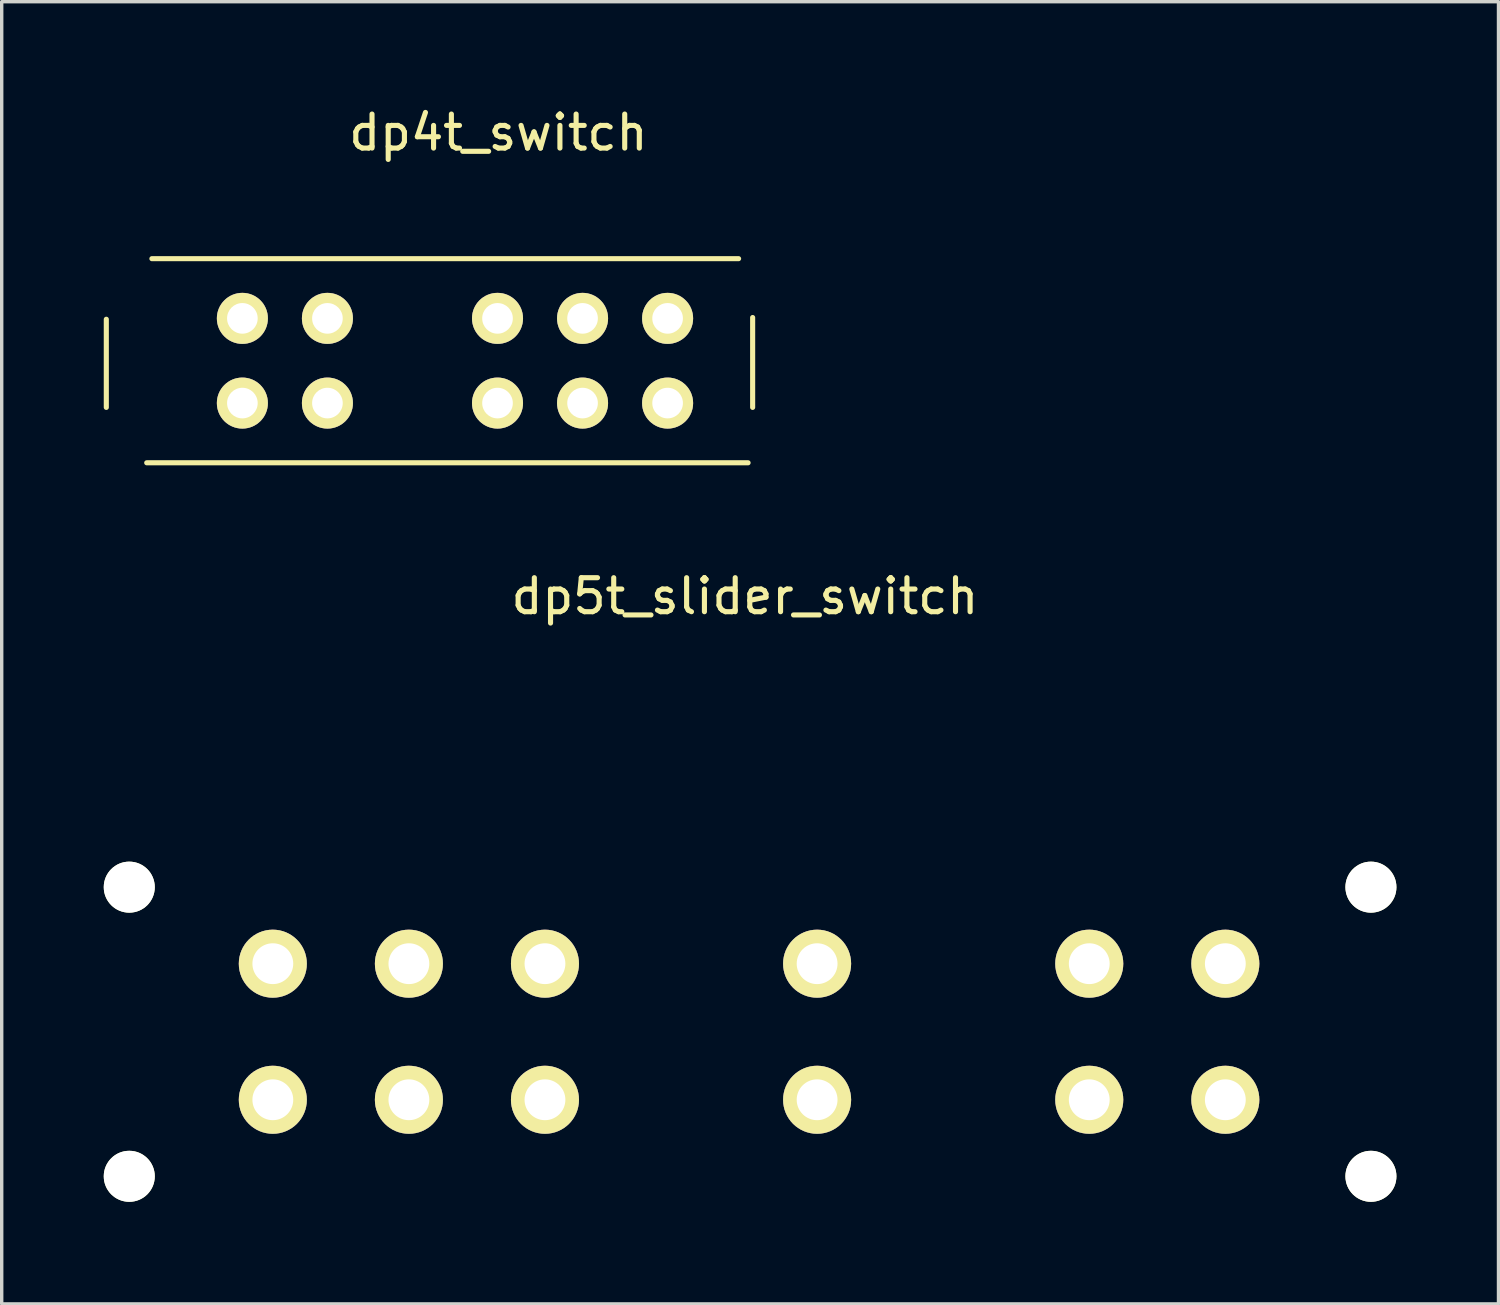
<source format=kicad_pcb>
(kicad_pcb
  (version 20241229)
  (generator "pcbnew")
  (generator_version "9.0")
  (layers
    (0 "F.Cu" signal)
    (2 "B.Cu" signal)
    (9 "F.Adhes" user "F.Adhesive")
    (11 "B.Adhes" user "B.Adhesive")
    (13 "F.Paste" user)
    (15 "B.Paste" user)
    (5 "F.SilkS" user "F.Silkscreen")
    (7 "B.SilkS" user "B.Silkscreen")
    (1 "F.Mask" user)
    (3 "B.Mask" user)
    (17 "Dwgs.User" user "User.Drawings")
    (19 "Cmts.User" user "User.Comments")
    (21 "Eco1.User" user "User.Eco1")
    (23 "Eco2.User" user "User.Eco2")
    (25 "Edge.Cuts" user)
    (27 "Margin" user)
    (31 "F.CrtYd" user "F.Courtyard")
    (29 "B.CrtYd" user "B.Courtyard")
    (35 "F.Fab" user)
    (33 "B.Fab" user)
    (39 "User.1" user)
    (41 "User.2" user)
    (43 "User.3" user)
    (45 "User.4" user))
  (footprint "dp4t_switch"
    (layer "F.Cu")
    (at 11.575 7.554)
    (property "Reference" "dp4t_switch" (at 0.025 -6.706 0) (layer "F.SilkS") (effects (font (size 1 1) (thickness 0.15))))
    (attr through_hole)
    (fp_line (start -11.5 -1.219) (end -11.5 1.372) (stroke (width 0.15) (type solid)) (layer "F.SilkS"))
    (fp_line (start -10.16 -3) (end 7.087 -3) (stroke (width 0.15) (type solid)) (layer "F.SilkS"))
    (fp_line (start 7.366 3) (end -10.312 3) (stroke (width 0.15) (type solid)) (layer "F.SilkS"))
    (fp_line (start 7.5 -1.27) (end 7.5 1.372) (stroke (width 0.15) (type solid)) (layer "F.SilkS"))
    (pad "1" thru_hole circle (at -7.5 1.245) (size 1.5 1.5) (drill 0.9) (layers "*.Cu" "*.Mask" "F.SilkS"))
    (pad "2" thru_hole circle (at -5 1.245) (size 1.5 1.5) (drill 0.9) (layers "*.Cu" "*.Mask" "F.SilkS"))
    (pad "3" thru_hole circle (at 0 1.245) (size 1.5 1.5) (drill 0.9) (layers "*.Cu" "*.Mask" "F.SilkS"))
    (pad "4" thru_hole circle (at 2.5 1.245) (size 1.5 1.5) (drill 0.9) (layers "*.Cu" "*.Mask" "F.SilkS"))
    (pad "5" thru_hole circle (at 5 1.245) (size 1.5 1.5) (drill 0.9) (layers "*.Cu" "*.Mask" "F.SilkS"))
    (pad "6" thru_hole circle (at 5 -1.245) (size 1.5 1.5) (drill 0.9) (layers "*.Cu" "*.Mask" "F.SilkS"))
    (pad "7" thru_hole circle (at 2.5 -1.245) (size 1.5 1.5) (drill 0.9) (layers "*.Cu" "*.Mask" "F.SilkS"))
    (pad "8" thru_hole circle (at 0 -1.245) (size 1.5 1.5) (drill 0.9) (layers "*.Cu" "*.Mask" "F.SilkS"))
    (pad "9" thru_hole circle (at -5 -1.245) (size 1.5 1.5) (drill 0.9) (layers "*.Cu" "*.Mask" "F.SilkS"))
    (pad "10" thru_hole circle (at -7.5 -1.245) (size 1.5 1.5) (drill 0.9) (layers "*.Cu" "*.Mask" "F.SilkS")))
  (footprint "dp5t_slider_switch"
    (layer "F.Cu")
    (at 19 27.279)
    (property "Reference" "dp5t_slider_switch" (at -0.152 -12.802 0) (layer "F.SilkS") (effects (font (size 1 1) (thickness 0.15))))
    (attr through_hole)
    (pad "" np_thru_hole circle (at -18.25 -4.25) (size 1.5 1.5) (drill 1.5) (layers "*.Cu" "*.Mask" "F.SilkS"))
    (pad "" np_thru_hole circle (at -18.25 4.25) (size 1.5 1.5) (drill 1.5) (layers "*.Cu" "*.Mask" "F.SilkS"))
    (pad "" np_thru_hole circle (at 18.25 -4.25) (size 1.5 1.5) (drill 1.5) (layers "*.Cu" "*.Mask" "F.SilkS"))
    (pad "" np_thru_hole circle (at 18.25 4.25) (size 1.5 1.5) (drill 1.5) (layers "*.Cu" "*.Mask" "F.SilkS"))
    (pad "1" thru_hole circle (at -14.03 2) (size 2 2) (drill 1.2) (layers "*.Cu" "*.Mask" "F.SilkS"))
    (pad "2" thru_hole circle (at -10.03 2) (size 2 2) (drill 1.2) (layers "*.Cu" "*.Mask" "F.SilkS"))
    (pad "3" thru_hole circle (at -6.03 2) (size 2 2) (drill 1.2) (layers "*.Cu" "*.Mask" "F.SilkS"))
    (pad "4" thru_hole circle (at 1.97 2) (size 2 2) (drill 1.2) (layers "*.Cu" "*.Mask" "F.SilkS"))
    (pad "5" thru_hole circle (at 9.97 2) (size 2 2) (drill 1.2) (layers "*.Cu" "*.Mask" "F.SilkS"))
    (pad "6" thru_hole circle (at 13.97 2) (size 2 2) (drill 1.2) (layers "*.Cu" "*.Mask" "F.SilkS"))
    (pad "7" thru_hole circle (at 13.97 -2) (size 2 2) (drill 1.2) (layers "*.Cu" "*.Mask" "F.SilkS"))
    (pad "8" thru_hole circle (at 9.97 -2) (size 2 2) (drill 1.2) (layers "*.Cu" "*.Mask" "F.SilkS"))
    (pad "9" thru_hole circle (at 1.97 -2) (size 2 2) (drill 1.2) (layers "*.Cu" "*.Mask" "F.SilkS"))
    (pad "10" thru_hole circle (at -6.03 -2) (size 2 2) (drill 1.2) (layers "*.Cu" "*.Mask" "F.SilkS"))
    (pad "11" thru_hole circle (at -10.03 -2) (size 2 2) (drill 1.2) (layers "*.Cu" "*.Mask" "F.SilkS"))
    (pad "12" thru_hole circle (at -14.03 -2) (size 2 2) (drill 1.2) (layers "*.Cu" "*.Mask" "F.SilkS")))
  (gr_rect
    (start -3 -3)
    (end 41 35.279)
    (stroke (width 0.1) (type default))
    (fill no)
    (layer "Edge.Cuts")))
</source>
